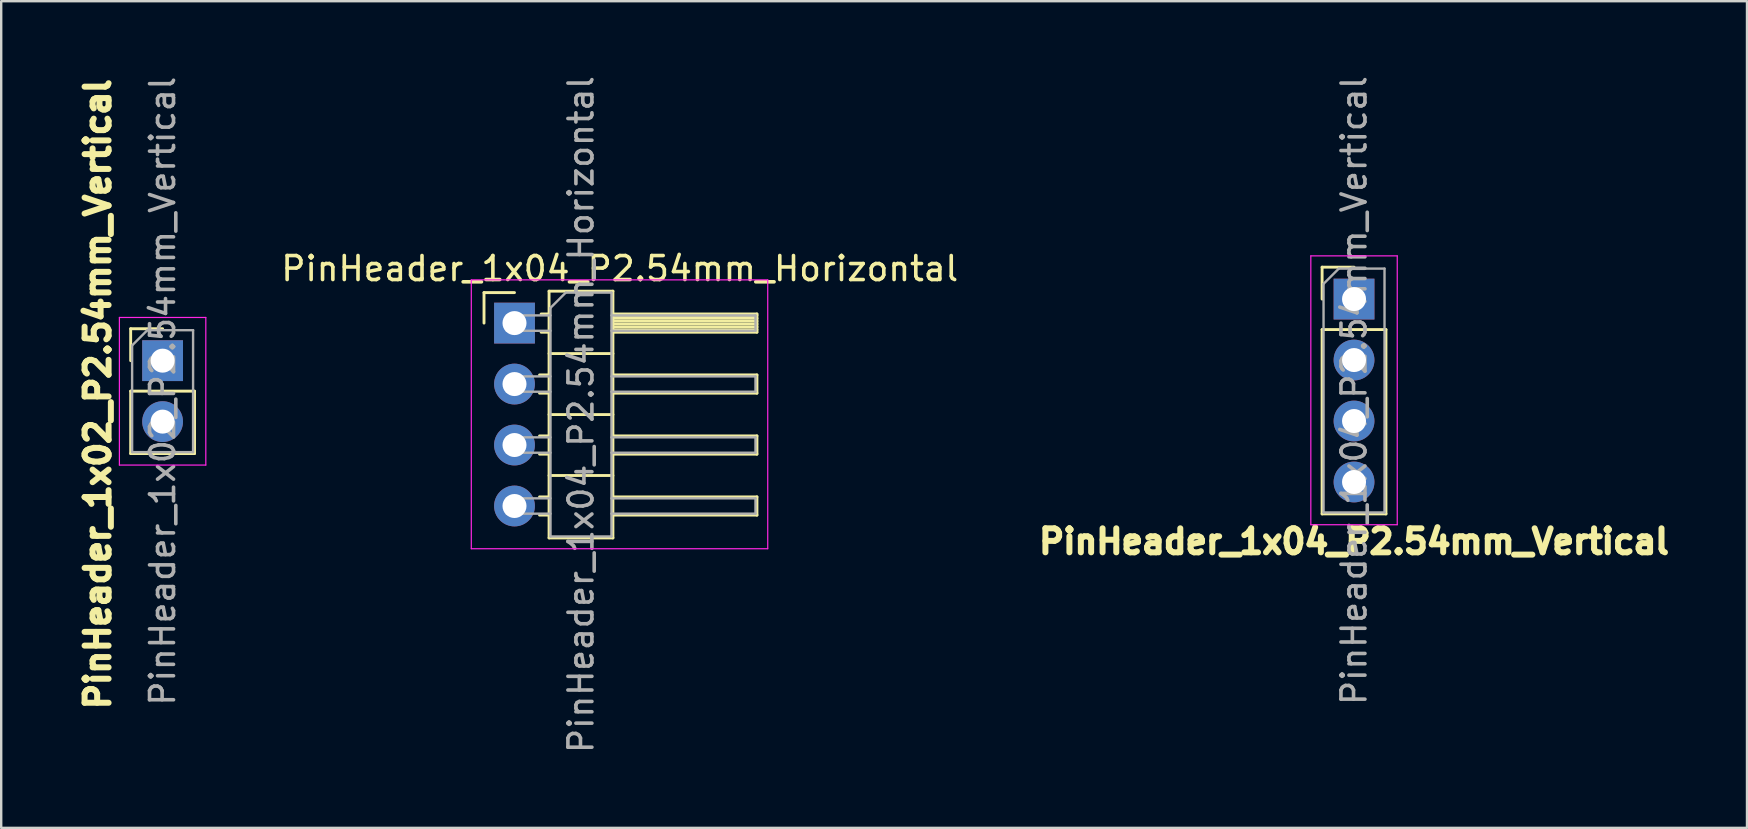
<source format=kicad_pcb>
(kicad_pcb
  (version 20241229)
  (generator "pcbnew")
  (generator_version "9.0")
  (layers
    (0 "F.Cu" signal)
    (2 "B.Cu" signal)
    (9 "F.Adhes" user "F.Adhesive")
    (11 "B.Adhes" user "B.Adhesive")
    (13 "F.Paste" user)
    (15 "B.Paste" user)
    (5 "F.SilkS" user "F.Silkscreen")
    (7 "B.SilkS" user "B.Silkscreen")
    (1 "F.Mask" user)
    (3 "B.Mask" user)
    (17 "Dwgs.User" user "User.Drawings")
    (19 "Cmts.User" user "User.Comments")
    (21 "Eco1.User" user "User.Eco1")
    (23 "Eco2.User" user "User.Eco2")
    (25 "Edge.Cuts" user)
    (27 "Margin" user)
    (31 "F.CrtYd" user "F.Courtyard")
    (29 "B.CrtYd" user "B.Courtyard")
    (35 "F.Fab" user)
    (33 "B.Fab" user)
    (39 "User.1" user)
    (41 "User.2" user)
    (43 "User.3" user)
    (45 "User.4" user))
  (footprint "PinHeader_1x04_P2.54mm_Vertical"
    (layer "F.Cu")
    (at 53.359 9.41)
    (property "Reference" "PinHeader_1x04_P2.54mm_Vertical" (at 0 10.1 0) (layer "F.SilkS") (effects (font (size 1 1) (thickness 0.25) (bold yes))))
    (attr through_hole)
    (fp_line (start -1.33 -1.33) (end 0 -1.33) (stroke (width 0.12) (type solid)) (layer "F.SilkS"))
    (fp_line (start -1.33 0) (end -1.33 -1.33) (stroke (width 0.12) (type solid)) (layer "F.SilkS"))
    (fp_line (start -1.33 1.27) (end -1.33 8.95) (stroke (width 0.12) (type solid)) (layer "F.SilkS"))
    (fp_line (start -1.33 1.27) (end 1.33 1.27) (stroke (width 0.12) (type solid)) (layer "F.SilkS"))
    (fp_line (start -1.33 8.95) (end 1.33 8.95) (stroke (width 0.12) (type solid)) (layer "F.SilkS"))
    (fp_line (start 1.33 1.27) (end 1.33 8.95) (stroke (width 0.12) (type solid)) (layer "F.SilkS"))
    (fp_line (start -1.8 -1.8) (end -1.8 9.4) (stroke (width 0.05) (type solid)) (layer "F.CrtYd"))
    (fp_line (start -1.8 9.4) (end 1.8 9.4) (stroke (width 0.05) (type solid)) (layer "F.CrtYd"))
    (fp_line (start 1.8 -1.8) (end -1.8 -1.8) (stroke (width 0.05) (type solid)) (layer "F.CrtYd"))
    (fp_line (start 1.8 9.4) (end 1.8 -1.8) (stroke (width 0.05) (type solid)) (layer "F.CrtYd"))
    (fp_line (start -1.27 -0.635) (end -0.635 -1.27) (stroke (width 0.1) (type solid)) (layer "F.Fab"))
    (fp_line (start -1.27 8.89) (end -1.27 -0.635) (stroke (width 0.1) (type solid)) (layer "F.Fab"))
    (fp_line (start -0.635 -1.27) (end 1.27 -1.27) (stroke (width 0.1) (type solid)) (layer "F.Fab"))
    (fp_line (start 1.27 -1.27) (end 1.27 8.89) (stroke (width 0.1) (type solid)) (layer "F.Fab"))
    (fp_line (start 1.27 8.89) (end -1.27 8.89) (stroke (width 0.1) (type solid)) (layer "F.Fab"))
    (fp_text user "${REFERENCE}" (at 0 3.81 90) (layer "F.Fab") (effects (font (size 1 1) (thickness 0.15))))
    (pad "1" thru_hole rect (at 0 0) (size 1.7 1.7) (drill 1) (layers "*.Cu" "*.Mask"))
    (pad "2" thru_hole oval (at 0 2.54) (size 1.7 1.7) (drill 1) (layers "*.Cu" "*.Mask"))
    (pad "3" thru_hole oval (at 0 5.08) (size 1.7 1.7) (drill 1) (layers "*.Cu" "*.Mask"))
    (pad "4" thru_hole oval (at 0 7.62) (size 1.7 1.7) (drill 1) (layers "*.Cu" "*.Mask")))
  (footprint "PinHeader_1x04_P2.54mm_Horizontal"
    (layer "F.Cu")
    (at 18.384 10.41)
    (property "Reference" "PinHeader_1x04_P2.54mm_Horizontal" (at 4.385 -2.27 0) (layer "F.SilkS") (effects (font (size 1 1) (thickness 0.15))))
    (attr through_hole)
    (fp_line (start -1.27 -1.27) (end 0 -1.27) (stroke (width 0.12) (type solid)) (layer "F.SilkS"))
    (fp_line (start -1.27 0) (end -1.27 -1.27) (stroke (width 0.12) (type solid)) (layer "F.SilkS"))
    (fp_line (start 1.043 2.16) (end 1.44 2.16) (stroke (width 0.12) (type solid)) (layer "F.SilkS"))
    (fp_line (start 1.043 2.92) (end 1.44 2.92) (stroke (width 0.12) (type solid)) (layer "F.SilkS"))
    (fp_line (start 1.043 4.7) (end 1.44 4.7) (stroke (width 0.12) (type solid)) (layer "F.SilkS"))
    (fp_line (start 1.043 5.46) (end 1.44 5.46) (stroke (width 0.12) (type solid)) (layer "F.SilkS"))
    (fp_line (start 1.043 7.24) (end 1.44 7.24) (stroke (width 0.12) (type solid)) (layer "F.SilkS"))
    (fp_line (start 1.043 8) (end 1.44 8) (stroke (width 0.12) (type solid)) (layer "F.SilkS"))
    (fp_line (start 1.11 -0.38) (end 1.44 -0.38) (stroke (width 0.12) (type solid)) (layer "F.SilkS"))
    (fp_line (start 1.11 0.38) (end 1.44 0.38) (stroke (width 0.12) (type solid)) (layer "F.SilkS"))
    (fp_line (start 1.44 -1.33) (end 1.44 8.95) (stroke (width 0.12) (type solid)) (layer "F.SilkS"))
    (fp_line (start 1.44 1.27) (end 4.1 1.27) (stroke (width 0.12) (type solid)) (layer "F.SilkS"))
    (fp_line (start 1.44 3.81) (end 4.1 3.81) (stroke (width 0.12) (type solid)) (layer "F.SilkS"))
    (fp_line (start 1.44 6.35) (end 4.1 6.35) (stroke (width 0.12) (type solid)) (layer "F.SilkS"))
    (fp_line (start 1.44 8.95) (end 4.1 8.95) (stroke (width 0.12) (type solid)) (layer "F.SilkS"))
    (fp_line (start 4.1 -1.33) (end 1.44 -1.33) (stroke (width 0.12) (type solid)) (layer "F.SilkS"))
    (fp_line (start 4.1 -0.38) (end 10.1 -0.38) (stroke (width 0.12) (type solid)) (layer "F.SilkS"))
    (fp_line (start 4.1 -0.32) (end 10.1 -0.32) (stroke (width 0.12) (type solid)) (layer "F.SilkS"))
    (fp_line (start 4.1 -0.2) (end 10.1 -0.2) (stroke (width 0.12) (type solid)) (layer "F.SilkS"))
    (fp_line (start 4.1 -0.08) (end 10.1 -0.08) (stroke (width 0.12) (type solid)) (layer "F.SilkS"))
    (fp_line (start 4.1 0.04) (end 10.1 0.04) (stroke (width 0.12) (type solid)) (layer "F.SilkS"))
    (fp_line (start 4.1 0.16) (end 10.1 0.16) (stroke (width 0.12) (type solid)) (layer "F.SilkS"))
    (fp_line (start 4.1 0.28) (end 10.1 0.28) (stroke (width 0.12) (type solid)) (layer "F.SilkS"))
    (fp_line (start 4.1 2.16) (end 10.1 2.16) (stroke (width 0.12) (type solid)) (layer "F.SilkS"))
    (fp_line (start 4.1 4.7) (end 10.1 4.7) (stroke (width 0.12) (type solid)) (layer "F.SilkS"))
    (fp_line (start 4.1 7.24) (end 10.1 7.24) (stroke (width 0.12) (type solid)) (layer "F.SilkS"))
    (fp_line (start 4.1 8.95) (end 4.1 -1.33) (stroke (width 0.12) (type solid)) (layer "F.SilkS"))
    (fp_line (start 10.1 -0.38) (end 10.1 0.38) (stroke (width 0.12) (type solid)) (layer "F.SilkS"))
    (fp_line (start 10.1 0.38) (end 4.1 0.38) (stroke (width 0.12) (type solid)) (layer "F.SilkS"))
    (fp_line (start 10.1 2.16) (end 10.1 2.92) (stroke (width 0.12) (type solid)) (layer "F.SilkS"))
    (fp_line (start 10.1 2.92) (end 4.1 2.92) (stroke (width 0.12) (type solid)) (layer "F.SilkS"))
    (fp_line (start 10.1 4.7) (end 10.1 5.46) (stroke (width 0.12) (type solid)) (layer "F.SilkS"))
    (fp_line (start 10.1 5.46) (end 4.1 5.46) (stroke (width 0.12) (type solid)) (layer "F.SilkS"))
    (fp_line (start 10.1 7.24) (end 10.1 8) (stroke (width 0.12) (type solid)) (layer "F.SilkS"))
    (fp_line (start 10.1 8) (end 4.1 8) (stroke (width 0.12) (type solid)) (layer "F.SilkS"))
    (fp_line (start -1.8 -1.8) (end -1.8 9.4) (stroke (width 0.05) (type solid)) (layer "F.CrtYd"))
    (fp_line (start -1.8 9.4) (end 10.55 9.4) (stroke (width 0.05) (type solid)) (layer "F.CrtYd"))
    (fp_line (start 10.55 -1.8) (end -1.8 -1.8) (stroke (width 0.05) (type solid)) (layer "F.CrtYd"))
    (fp_line (start 10.55 9.4) (end 10.55 -1.8) (stroke (width 0.05) (type solid)) (layer "F.CrtYd"))
    (fp_line (start -0.32 -0.32) (end -0.32 0.32) (stroke (width 0.1) (type solid)) (layer "F.Fab"))
    (fp_line (start -0.32 -0.32) (end 1.5 -0.32) (stroke (width 0.1) (type solid)) (layer "F.Fab"))
    (fp_line (start -0.32 0.32) (end 1.5 0.32) (stroke (width 0.1) (type solid)) (layer "F.Fab"))
    (fp_line (start -0.32 2.22) (end -0.32 2.86) (stroke (width 0.1) (type solid)) (layer "F.Fab"))
    (fp_line (start -0.32 2.22) (end 1.5 2.22) (stroke (width 0.1) (type solid)) (layer "F.Fab"))
    (fp_line (start -0.32 2.86) (end 1.5 2.86) (stroke (width 0.1) (type solid)) (layer "F.Fab"))
    (fp_line (start -0.32 4.76) (end -0.32 5.4) (stroke (width 0.1) (type solid)) (layer "F.Fab"))
    (fp_line (start -0.32 4.76) (end 1.5 4.76) (stroke (width 0.1) (type solid)) (layer "F.Fab"))
    (fp_line (start -0.32 5.4) (end 1.5 5.4) (stroke (width 0.1) (type solid)) (layer "F.Fab"))
    (fp_line (start -0.32 7.3) (end -0.32 7.94) (stroke (width 0.1) (type solid)) (layer "F.Fab"))
    (fp_line (start -0.32 7.3) (end 1.5 7.3) (stroke (width 0.1) (type solid)) (layer "F.Fab"))
    (fp_line (start -0.32 7.94) (end 1.5 7.94) (stroke (width 0.1) (type solid)) (layer "F.Fab"))
    (fp_line (start 1.5 -0.635) (end 2.135 -1.27) (stroke (width 0.1) (type solid)) (layer "F.Fab"))
    (fp_line (start 1.5 8.89) (end 1.5 -0.635) (stroke (width 0.1) (type solid)) (layer "F.Fab"))
    (fp_line (start 2.135 -1.27) (end 4.04 -1.27) (stroke (width 0.1) (type solid)) (layer "F.Fab"))
    (fp_line (start 4.04 -1.27) (end 4.04 8.89) (stroke (width 0.1) (type solid)) (layer "F.Fab"))
    (fp_line (start 4.04 -0.32) (end 10.04 -0.32) (stroke (width 0.1) (type solid)) (layer "F.Fab"))
    (fp_line (start 4.04 0.32) (end 10.04 0.32) (stroke (width 0.1) (type solid)) (layer "F.Fab"))
    (fp_line (start 4.04 2.22) (end 10.04 2.22) (stroke (width 0.1) (type solid)) (layer "F.Fab"))
    (fp_line (start 4.04 2.86) (end 10.04 2.86) (stroke (width 0.1) (type solid)) (layer "F.Fab"))
    (fp_line (start 4.04 4.76) (end 10.04 4.76) (stroke (width 0.1) (type solid)) (layer "F.Fab"))
    (fp_line (start 4.04 5.4) (end 10.04 5.4) (stroke (width 0.1) (type solid)) (layer "F.Fab"))
    (fp_line (start 4.04 7.3) (end 10.04 7.3) (stroke (width 0.1) (type solid)) (layer "F.Fab"))
    (fp_line (start 4.04 7.94) (end 10.04 7.94) (stroke (width 0.1) (type solid)) (layer "F.Fab"))
    (fp_line (start 4.04 8.89) (end 1.5 8.89) (stroke (width 0.1) (type solid)) (layer "F.Fab"))
    (fp_line (start 10.04 -0.32) (end 10.04 0.32) (stroke (width 0.1) (type solid)) (layer "F.Fab"))
    (fp_line (start 10.04 2.22) (end 10.04 2.86) (stroke (width 0.1) (type solid)) (layer "F.Fab"))
    (fp_line (start 10.04 4.76) (end 10.04 5.4) (stroke (width 0.1) (type solid)) (layer "F.Fab"))
    (fp_line (start 10.04 7.3) (end 10.04 7.94) (stroke (width 0.1) (type solid)) (layer "F.Fab"))
    (fp_text user "${REFERENCE}" (at 2.77 3.81 270) (layer "F.Fab") (effects (font (size 1 1) (thickness 0.15))))
    (pad "1" thru_hole rect (at 0 0) (size 1.7 1.7) (drill 1) (layers "*.Cu" "*.Mask"))
    (pad "2" thru_hole oval (at 0 2.54) (size 1.7 1.7) (drill 1) (layers "*.Cu" "*.Mask"))
    (pad "3" thru_hole oval (at 0 5.08) (size 1.7 1.7) (drill 1) (layers "*.Cu" "*.Mask"))
    (pad "4" thru_hole oval (at 0 7.62) (size 1.7 1.7) (drill 1) (layers "*.Cu" "*.Mask")))
  (footprint "PinHeader_1x02_P2.54mm_Vertical"
    (layer "F.Cu")
    (at 3.724 11.975)
    (property "Reference" "PinHeader_1x02_P2.54mm_Vertical" (at -2.7 1.395 90) (layer "F.SilkS") (effects (font (size 1 1) (thickness 0.25) (bold yes))))
    (attr through_hole)
    (fp_line (start -1.33 -1.33) (end 0 -1.33) (stroke (width 0.12) (type solid)) (layer "F.SilkS"))
    (fp_line (start -1.33 0) (end -1.33 -1.33) (stroke (width 0.12) (type solid)) (layer "F.SilkS"))
    (fp_line (start -1.33 1.27) (end -1.33 3.87) (stroke (width 0.12) (type solid)) (layer "F.SilkS"))
    (fp_line (start -1.33 1.27) (end 1.33 1.27) (stroke (width 0.12) (type solid)) (layer "F.SilkS"))
    (fp_line (start -1.33 3.87) (end 1.33 3.87) (stroke (width 0.12) (type solid)) (layer "F.SilkS"))
    (fp_line (start 1.33 1.27) (end 1.33 3.87) (stroke (width 0.12) (type solid)) (layer "F.SilkS"))
    (fp_line (start -1.8 -1.8) (end -1.8 4.35) (stroke (width 0.05) (type solid)) (layer "F.CrtYd"))
    (fp_line (start -1.8 4.35) (end 1.8 4.35) (stroke (width 0.05) (type solid)) (layer "F.CrtYd"))
    (fp_line (start 1.8 -1.8) (end -1.8 -1.8) (stroke (width 0.05) (type solid)) (layer "F.CrtYd"))
    (fp_line (start 1.8 4.35) (end 1.8 -1.8) (stroke (width 0.05) (type solid)) (layer "F.CrtYd"))
    (fp_line (start -1.27 -0.635) (end -0.635 -1.27) (stroke (width 0.1) (type solid)) (layer "F.Fab"))
    (fp_line (start -1.27 3.81) (end -1.27 -0.635) (stroke (width 0.1) (type solid)) (layer "F.Fab"))
    (fp_line (start -0.635 -1.27) (end 1.27 -1.27) (stroke (width 0.1) (type solid)) (layer "F.Fab"))
    (fp_line (start 1.27 -1.27) (end 1.27 3.81) (stroke (width 0.1) (type solid)) (layer "F.Fab"))
    (fp_line (start 1.27 3.81) (end -1.27 3.81) (stroke (width 0.1) (type solid)) (layer "F.Fab"))
    (fp_text user "${REFERENCE}" (at 0 1.27 270) (layer "F.Fab") (effects (font (size 1 1) (thickness 0.15))))
    (pad "1" thru_hole rect (at 0 0) (size 1.7 1.7) (drill 1) (layers "*.Cu" "*.Mask"))
    (pad "2" thru_hole oval (at 0 2.54) (size 1.7 1.7) (drill 1) (layers "*.Cu" "*.Mask")))
  (gr_rect
    (start -3 -3)
    (end 69.73 31.44)
    (stroke (width 0.1) (type default))
    (fill no)
    (layer "Edge.Cuts")))
</source>
